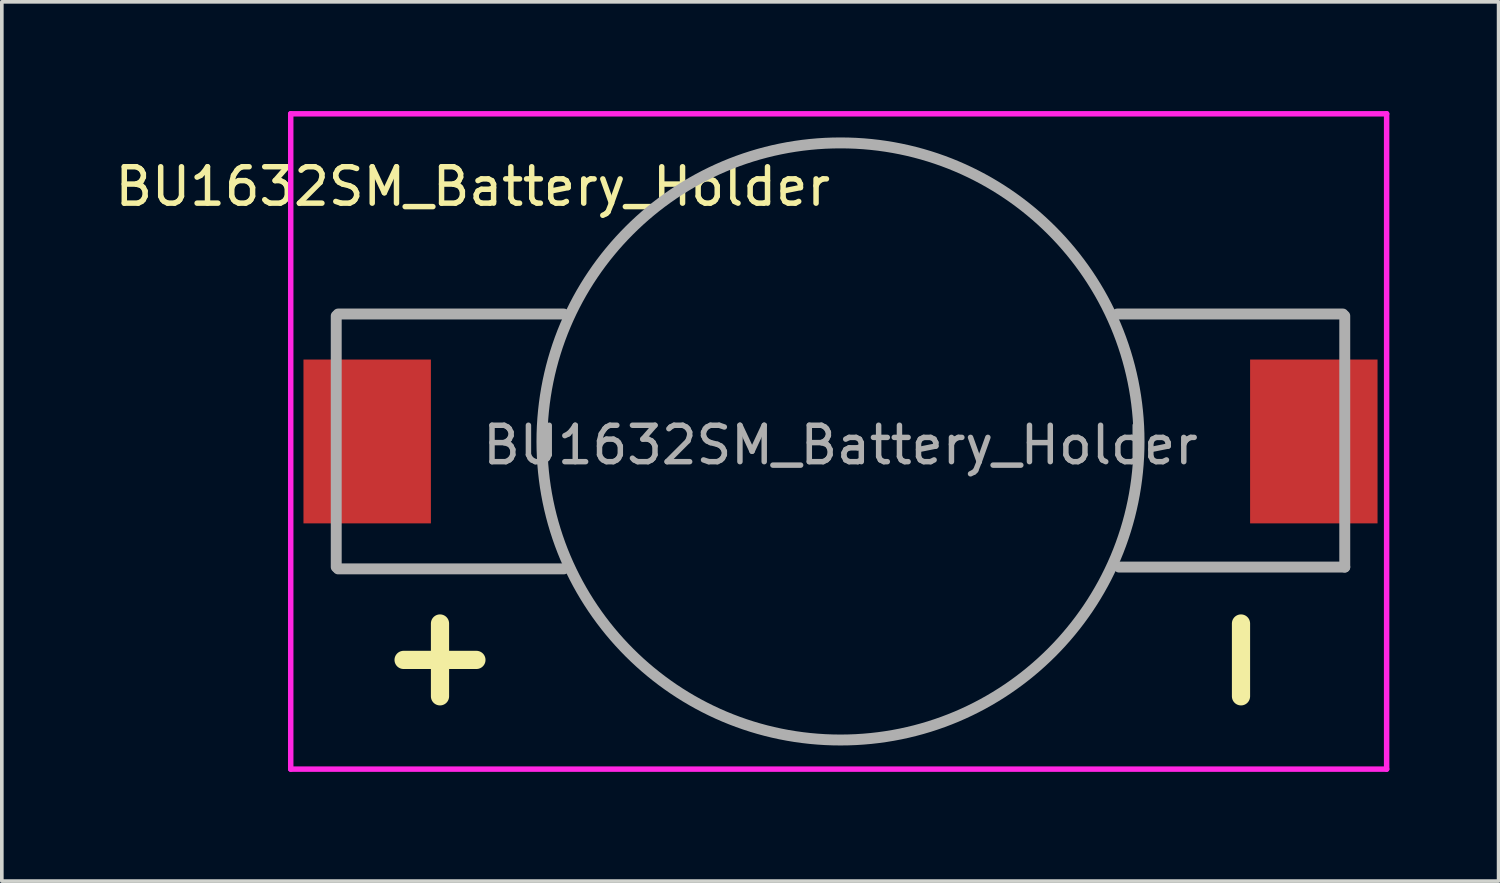
<source format=kicad_pcb>
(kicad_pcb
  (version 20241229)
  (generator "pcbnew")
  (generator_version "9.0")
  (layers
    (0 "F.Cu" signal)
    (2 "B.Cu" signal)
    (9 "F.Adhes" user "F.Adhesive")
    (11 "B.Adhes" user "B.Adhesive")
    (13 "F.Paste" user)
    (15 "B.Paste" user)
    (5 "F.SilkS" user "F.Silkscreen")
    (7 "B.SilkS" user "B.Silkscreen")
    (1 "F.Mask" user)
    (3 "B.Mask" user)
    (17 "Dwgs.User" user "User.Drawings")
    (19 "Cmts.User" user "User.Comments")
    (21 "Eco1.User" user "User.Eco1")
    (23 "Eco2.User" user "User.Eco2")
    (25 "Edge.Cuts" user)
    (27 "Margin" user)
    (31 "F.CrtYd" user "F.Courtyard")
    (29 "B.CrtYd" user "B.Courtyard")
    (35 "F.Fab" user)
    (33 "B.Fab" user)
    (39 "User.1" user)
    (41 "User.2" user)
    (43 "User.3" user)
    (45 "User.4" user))
  (footprint "BU1632SM_Battery_Holder"
    (layer "F.Cu")
    (at 20.035 9.075)
    (property "Reference" "BU1632SM_Battery_Holder" (at -10.1 -7 0) (layer "F.SilkS") (effects (font (size 1 1) (thickness 0.15))))
    (attr through_hole)
    (fp_line (start -12 6) (end -10 6) (stroke (width 0.5) (type solid)) (layer "F.SilkS"))
    (fp_line (start -11 5) (end -11 7) (stroke (width 0.5) (type solid)) (layer "F.SilkS"))
    (fp_line (start 11 5) (end 11 7) (stroke (width 0.5) (type solid)) (layer "F.SilkS"))
    (fp_line (start -15.1 -9) (end -15.1 9) (stroke (width 0.15) (type solid)) (layer "F.CrtYd"))
    (fp_line (start -15.1 9) (end 15 9) (stroke (width 0.15) (type solid)) (layer "F.CrtYd"))
    (fp_line (start 15 -9) (end -15.1 -9) (stroke (width 0.15) (type solid)) (layer "F.CrtYd"))
    (fp_line (start 15 9) (end 15 -9) (stroke (width 0.15) (type solid)) (layer "F.CrtYd"))
    (fp_line (start -13.85 -3.45) (end -13.85 3.45) (stroke (width 0.3) (type solid)) (layer "F.Fab"))
    (fp_line (start -7.6 -3.5) (end -13.8 -3.5) (stroke (width 0.3) (type solid)) (layer "F.Fab"))
    (fp_line (start -7.6 3.5) (end -13.8 3.5) (stroke (width 0.3) (type solid)) (layer "F.Fab"))
    (fp_line (start 13.8 -3.5) (end 7.6 -3.5) (stroke (width 0.3) (type solid)) (layer "F.Fab"))
    (fp_line (start 13.85 -3.45) (end 13.85 3.45) (stroke (width 0.3) (type solid)) (layer "F.Fab"))
    (fp_line (start 13.85 3.45) (end 7.65 3.45) (stroke (width 0.3) (type solid)) (layer "F.Fab"))
    (fp_circle (center 0 0) (end 8.2 0) (stroke (width 0.3) (type solid)) (fill no) (layer "F.Fab"))
    (fp_text user "${REFERENCE}" (at 0 0.1 0) (layer "F.Fab") (effects (font (size 1 1) (thickness 0.15))))
    (pad "1" smd rect (at -13 0) (size 3.5 4.5) (layers "F.Cu" "F.Mask" "F.Paste"))
    (pad "2" smd rect (at 13 0) (size 3.5 4.5) (layers "F.Cu" "F.Mask" "F.Paste")))
  (gr_rect
    (start -3 -3)
    (end 38.11 21.15)
    (stroke (width 0.1) (type default))
    (fill no)
    (layer "Edge.Cuts")))
</source>
